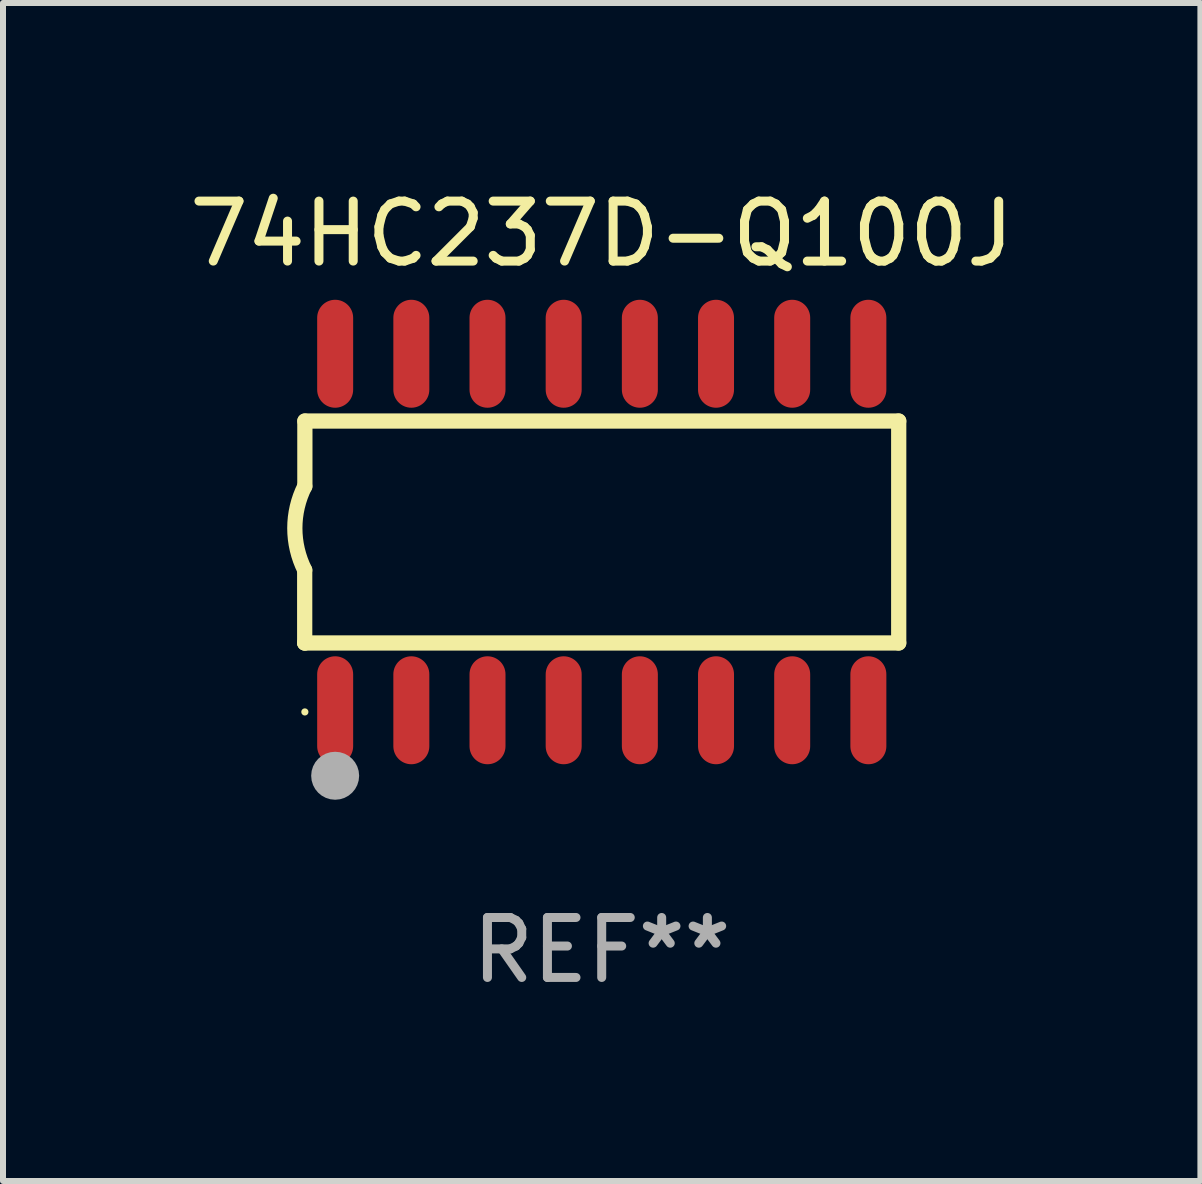
<source format=kicad_pcb>
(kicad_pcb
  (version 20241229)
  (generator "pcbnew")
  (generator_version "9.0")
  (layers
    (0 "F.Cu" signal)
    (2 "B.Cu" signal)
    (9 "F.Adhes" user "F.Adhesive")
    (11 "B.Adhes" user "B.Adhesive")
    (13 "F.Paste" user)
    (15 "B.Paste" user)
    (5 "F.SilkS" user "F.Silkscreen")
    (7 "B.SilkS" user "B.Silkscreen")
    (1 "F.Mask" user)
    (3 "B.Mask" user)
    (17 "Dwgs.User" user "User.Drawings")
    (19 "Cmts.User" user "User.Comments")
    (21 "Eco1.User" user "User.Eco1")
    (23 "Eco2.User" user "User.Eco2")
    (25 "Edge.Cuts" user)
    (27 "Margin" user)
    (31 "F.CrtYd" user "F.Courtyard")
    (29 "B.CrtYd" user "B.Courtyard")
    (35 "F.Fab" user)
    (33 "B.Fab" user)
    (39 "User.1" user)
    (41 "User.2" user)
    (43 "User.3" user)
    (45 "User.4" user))
  (footprint "74HC237D-Q100J"
    (layer "F.Cu")
    (at 6.982 5.82)
    (property "Reference" "74HC237D-Q100J" (at 0 -4.972 0) (layer "F.SilkS") (effects (font (size 1 1) (thickness 0.15))))
    (attr through_hole)
    (fp_line (start -4.952 0.635) (end -4.952 1.85) (stroke (width 0.254) (type solid)) (layer "F.SilkS"))
    (fp_line (start -4.952 1.85) (end -4.949 1.85) (stroke (width 0.254) (type solid)) (layer "F.SilkS"))
    (fp_line (start -4.949 -1.85) (end -4.949 -0.762) (stroke (width 0.254) (type solid)) (layer "F.SilkS"))
    (fp_line (start -4.949 1.85) (end 4.952 1.85) (stroke (width 0.254) (type solid)) (layer "F.SilkS"))
    (fp_line (start 4.952 -1.85) (end -4.949 -1.85) (stroke (width 0.254) (type solid)) (layer "F.SilkS"))
    (fp_line (start 4.952 1.85) (end 4.952 -1.85) (stroke (width 0.254) (type solid)) (layer "F.SilkS"))
    (fp_arc (start -4.951524 0.635001) (mid -5.116418 -0.0635) (end -4.951524 -0.762002) (stroke (width 0.254001) (type solid)) (layer "F.SilkS"))
    (fp_circle (center -4.949 3) (end -4.919 3) (stroke (width 0.06) (type solid)) (fill no) (layer "F.SilkS"))
    (fp_circle (center -4.444 4.064) (end -4.244 4.064) (stroke (width 0.4) (type solid)) (fill no) (layer "F.Fab"))
    (fp_text user "REF**" (at 0 6.972 0) (layer "F.Fab") (effects (font (size 1 1) (thickness 0.15))))
    (pad "1" smd oval (at -4.444 2.972 180) (size 0.6 1.8) (layers "F.Cu" "F.Mask" "F.Paste"))
    (pad "2" smd oval (at -3.174 2.972 180) (size 0.6 1.8) (layers "F.Cu" "F.Mask" "F.Paste"))
    (pad "3" smd oval (at -1.904 2.972 180) (size 0.6 1.8) (layers "F.Cu" "F.Mask" "F.Paste"))
    (pad "4" smd oval (at -0.634 2.972 180) (size 0.6 1.8) (layers "F.Cu" "F.Mask" "F.Paste"))
    (pad "5" smd oval (at 0.636 2.972 180) (size 0.6 1.8) (layers "F.Cu" "F.Mask" "F.Paste"))
    (pad "6" smd oval (at 1.906 2.972 180) (size 0.6 1.8) (layers "F.Cu" "F.Mask" "F.Paste"))
    (pad "7" smd oval (at 3.176 2.972 180) (size 0.6 1.8) (layers "F.Cu" "F.Mask" "F.Paste"))
    (pad "8" smd oval (at 4.446 2.972 180) (size 0.6 1.8) (layers "F.Cu" "F.Mask" "F.Paste"))
    (pad "9" smd oval (at 4.446 -2.972 180) (size 0.6 1.8) (layers "F.Cu" "F.Mask" "F.Paste"))
    (pad "10" smd oval (at 3.176 -2.972 180) (size 0.6 1.8) (layers "F.Cu" "F.Mask" "F.Paste"))
    (pad "11" smd oval (at 1.906 -2.972 180) (size 0.6 1.8) (layers "F.Cu" "F.Mask" "F.Paste"))
    (pad "12" smd oval (at 0.636 -2.972 180) (size 0.6 1.8) (layers "F.Cu" "F.Mask" "F.Paste"))
    (pad "13" smd oval (at -0.634 -2.972 180) (size 0.6 1.8) (layers "F.Cu" "F.Mask" "F.Paste"))
    (pad "14" smd oval (at -1.904 -2.972 180) (size 0.6 1.8) (layers "F.Cu" "F.Mask" "F.Paste"))
    (pad "15" smd oval (at -3.174 -2.972 180) (size 0.6 1.8) (layers "F.Cu" "F.Mask" "F.Paste"))
    (pad "16" smd oval (at -4.444 -2.972 180) (size 0.6 1.8) (layers "F.Cu" "F.Mask" "F.Paste")))
  (gr_rect
    (start -3 -3)
    (end 16.964 16.64)
    (stroke (width 0.1) (type default))
    (fill no)
    (layer "Edge.Cuts")))
</source>
